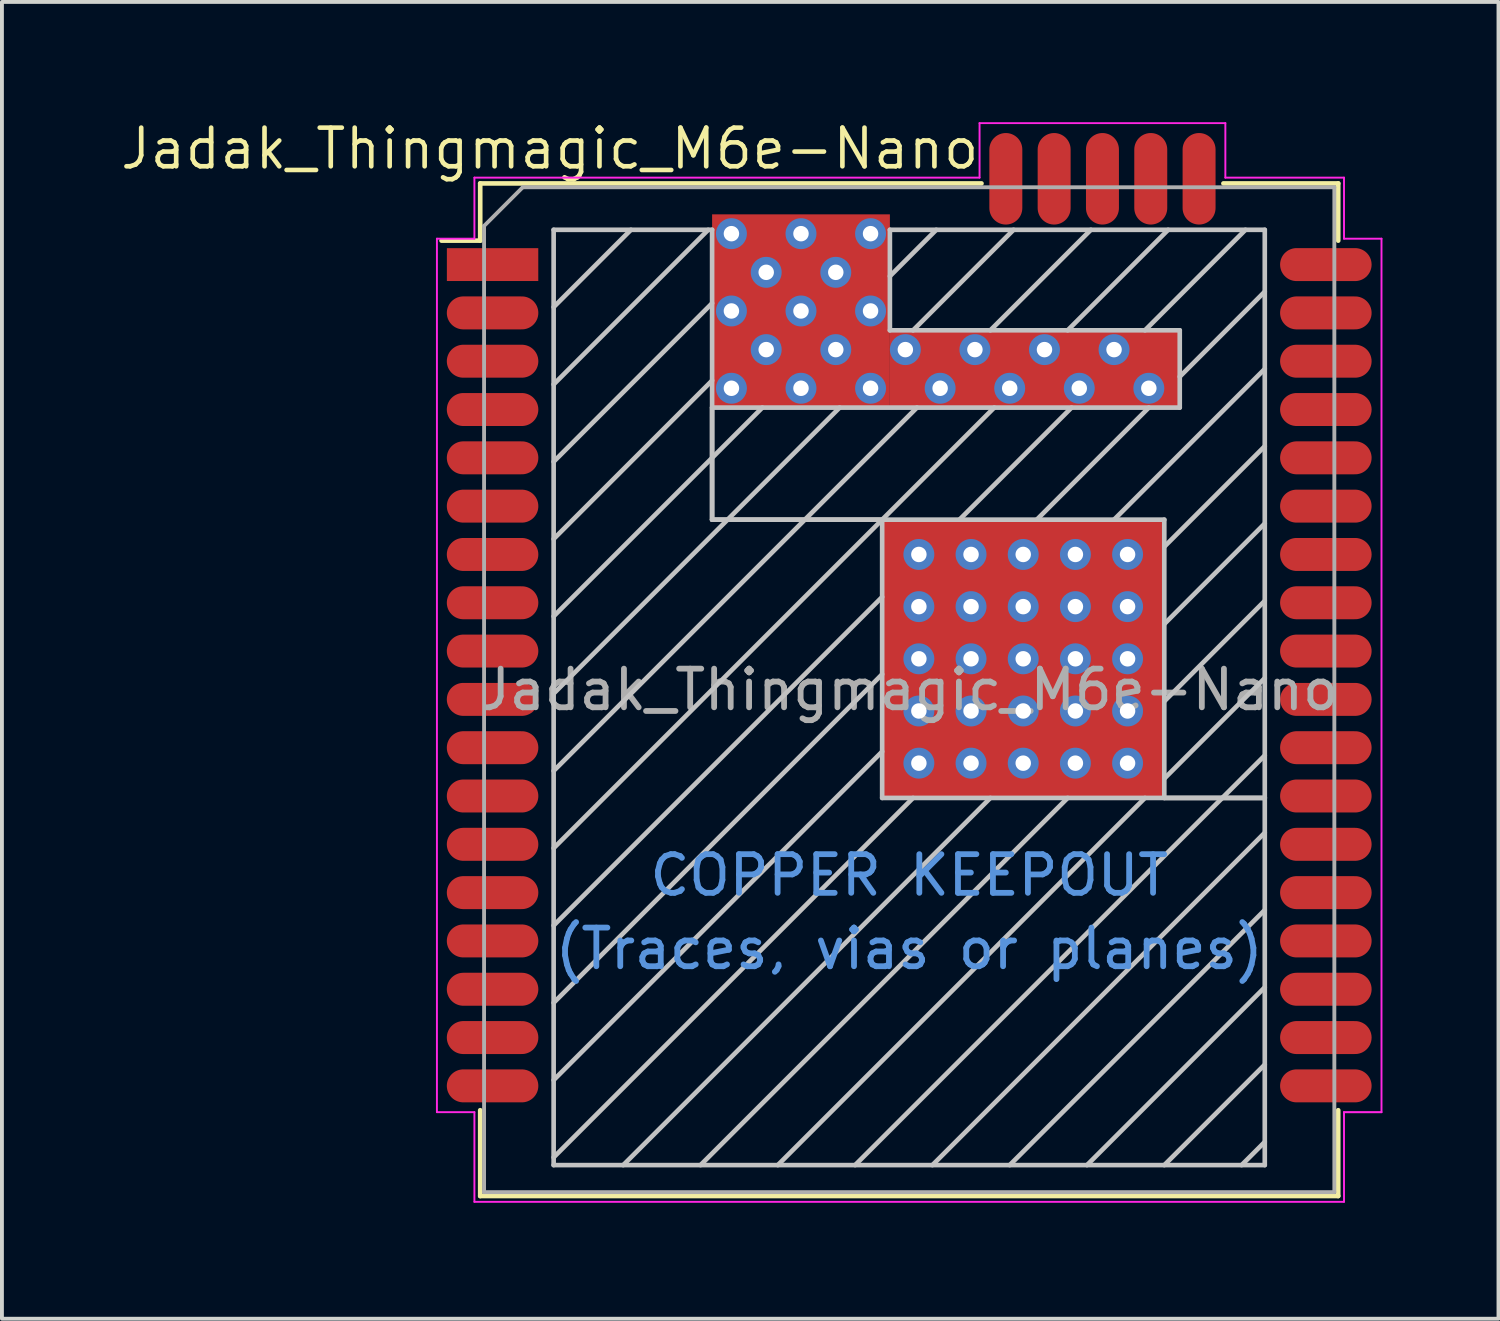
<source format=kicad_pcb>
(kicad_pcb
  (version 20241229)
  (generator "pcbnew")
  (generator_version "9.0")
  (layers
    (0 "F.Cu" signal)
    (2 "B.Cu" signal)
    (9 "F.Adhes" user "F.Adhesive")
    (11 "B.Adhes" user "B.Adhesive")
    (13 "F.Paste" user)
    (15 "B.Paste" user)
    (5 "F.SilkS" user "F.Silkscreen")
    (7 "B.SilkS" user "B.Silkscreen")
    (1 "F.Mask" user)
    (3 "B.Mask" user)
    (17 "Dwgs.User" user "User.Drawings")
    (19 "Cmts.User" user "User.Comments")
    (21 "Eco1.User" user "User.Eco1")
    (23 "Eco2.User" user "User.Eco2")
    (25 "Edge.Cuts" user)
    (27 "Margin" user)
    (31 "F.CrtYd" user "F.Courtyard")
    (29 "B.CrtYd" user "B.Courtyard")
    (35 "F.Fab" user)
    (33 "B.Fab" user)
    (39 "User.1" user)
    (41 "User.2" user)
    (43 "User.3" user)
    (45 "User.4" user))
  (footprint "Jadak_Thingmagic_M6e-Nano"
    (layer "F.Cu")
    (at 20.475 14.796)
    (property "Reference" "Jadak_Thingmagic_M6e-Nano" (at -9.3 -14 0) (layer "F.SilkS") (effects (font (size 1 1) (thickness 0.12))))
    (attr smd)
    (fp_line (start -11.1 -13.1) (end -11.1 -11.62) (stroke (width 0.12) (type solid)) (layer "F.SilkS"))
    (fp_line (start -11.1 -11.62) (end -12.1 -11.62) (stroke (width 0.12) (type solid)) (layer "F.SilkS"))
    (fp_line (start -11.1 10.88) (end -11.1 13.1) (stroke (width 0.12) (type solid)) (layer "F.SilkS"))
    (fp_line (start -11.1 13.1) (end 11.1 13.1) (stroke (width 0.12) (type solid)) (layer "F.SilkS"))
    (fp_line (start 1.87 -13.1) (end -11.1 -13.1) (stroke (width 0.12) (type solid)) (layer "F.SilkS"))
    (fp_line (start 8.13 -13.1) (end 11.1 -13.1) (stroke (width 0.12) (type solid)) (layer "F.SilkS"))
    (fp_line (start 11.1 -13.1) (end 11.1 -11.62) (stroke (width 0.12) (type solid)) (layer "F.SilkS"))
    (fp_line (start 11.1 13.1) (end 11.1 10.88) (stroke (width 0.12) (type solid)) (layer "F.SilkS"))
    (fp_line (start -9.2 -11.9) (end -5.1 -11.9) (stroke (width 0.12) (type solid)) (layer "Dwgs.User"))
    (fp_line (start -9.2 -9.9) (end -7.2 -11.9) (stroke (width 0.12) (type solid)) (layer "Dwgs.User"))
    (fp_line (start -9.2 -7.9) (end -5.2 -11.9) (stroke (width 0.12) (type solid)) (layer "Dwgs.User"))
    (fp_line (start -9.2 -5.9) (end -5.1 -10) (stroke (width 0.12) (type solid)) (layer "Dwgs.User"))
    (fp_line (start -9.2 -3.9) (end -5.1 -8) (stroke (width 0.12) (type solid)) (layer "Dwgs.User"))
    (fp_line (start -9.2 -1.9) (end -3.8 -7.3) (stroke (width 0.12) (type solid)) (layer "Dwgs.User"))
    (fp_line (start -9.2 0.1) (end -1.8 -7.3) (stroke (width 0.12) (type solid)) (layer "Dwgs.User"))
    (fp_line (start -9.2 2.1) (end 0.2 -7.3) (stroke (width 0.12) (type solid)) (layer "Dwgs.User"))
    (fp_line (start -9.2 4.1) (end 2.2 -7.3) (stroke (width 0.12) (type solid)) (layer "Dwgs.User"))
    (fp_line (start -9.2 6.1) (end -0.7 -2.4) (stroke (width 0.12) (type solid)) (layer "Dwgs.User"))
    (fp_line (start -9.2 8.1) (end -0.7 -0.4) (stroke (width 0.12) (type solid)) (layer "Dwgs.User"))
    (fp_line (start -9.2 10.1) (end -0.7 1.6) (stroke (width 0.12) (type solid)) (layer "Dwgs.User"))
    (fp_line (start -9.2 12.1) (end 0.1 2.8) (stroke (width 0.12) (type solid)) (layer "Dwgs.User"))
    (fp_line (start -9.2 12.3) (end -9.2 -11.9) (stroke (width 0.12) (type solid)) (layer "Dwgs.User"))
    (fp_line (start -5.1 -11.9) (end -5.1 -4.4) (stroke (width 0.12) (type solid)) (layer "Dwgs.User"))
    (fp_line (start -5.1 -7.3) (end 7 -7.3) (stroke (width 0.12) (type solid)) (layer "Dwgs.User"))
    (fp_line (start -5.1 -4.4) (end -5.1 -7.3) (stroke (width 0.12) (type solid)) (layer "Dwgs.User"))
    (fp_line (start -5.1 -4.4) (end -0.7 -4.4) (stroke (width 0.12) (type solid)) (layer "Dwgs.User"))
    (fp_line (start -0.7 -4.4) (end -0.7 2.8) (stroke (width 0.12) (type solid)) (layer "Dwgs.User"))
    (fp_line (start -0.7 2.8) (end 9.2 2.8) (stroke (width 0.12) (type solid)) (layer "Dwgs.User"))
    (fp_line (start -0.5 -11.9) (end 9.2 -11.9) (stroke (width 0.12) (type solid)) (layer "Dwgs.User"))
    (fp_line (start -0.5 -9.3) (end -0.5 -11.9) (stroke (width 0.12) (type solid)) (layer "Dwgs.User"))
    (fp_line (start 0.1 -9.3) (end 2.7 -11.9) (stroke (width 0.12) (type solid)) (layer "Dwgs.User"))
    (fp_line (start 0.6 12.3) (end 9.2 3.7) (stroke (width 0.12) (type solid)) (layer "Dwgs.User"))
    (fp_line (start 0.7 -11.9) (end -0.5 -10.7) (stroke (width 0.12) (type solid)) (layer "Dwgs.User"))
    (fp_line (start 1.3 -4.4) (end 4.2 -7.3) (stroke (width 0.12) (type solid)) (layer "Dwgs.User"))
    (fp_line (start 2.1 -9.3) (end 4.7 -11.9) (stroke (width 0.12) (type solid)) (layer "Dwgs.User"))
    (fp_line (start 2.1 2.8) (end -7.4 12.3) (stroke (width 0.12) (type solid)) (layer "Dwgs.User"))
    (fp_line (start 2.6 12.3) (end 9.2 5.7) (stroke (width 0.12) (type solid)) (layer "Dwgs.User"))
    (fp_line (start 3.3 -4.4) (end 6.2 -7.3) (stroke (width 0.12) (type solid)) (layer "Dwgs.User"))
    (fp_line (start 4.1 -9.3) (end 6.7 -11.9) (stroke (width 0.12) (type solid)) (layer "Dwgs.User"))
    (fp_line (start 4.1 2.8) (end -5.4 12.3) (stroke (width 0.12) (type solid)) (layer "Dwgs.User"))
    (fp_line (start 4.6 12.3) (end 9.2 7.7) (stroke (width 0.12) (type solid)) (layer "Dwgs.User"))
    (fp_line (start 6.1 2.8) (end -3.4 12.3) (stroke (width 0.12) (type solid)) (layer "Dwgs.User"))
    (fp_line (start 6.6 -4.4) (end -5.1 -4.4) (stroke (width 0.12) (type solid)) (layer "Dwgs.User"))
    (fp_line (start 6.6 2.8) (end 6.6 -4.4) (stroke (width 0.12) (type solid)) (layer "Dwgs.User"))
    (fp_line (start 6.6 12.3) (end 9.2 9.7) (stroke (width 0.12) (type solid)) (layer "Dwgs.User"))
    (fp_line (start 7 -9.3) (end -0.5 -9.3) (stroke (width 0.12) (type solid)) (layer "Dwgs.User"))
    (fp_line (start 7 -7.3) (end 7 -9.3) (stroke (width 0.12) (type solid)) (layer "Dwgs.User"))
    (fp_line (start 8.1 2.8) (end -1.4 12.3) (stroke (width 0.12) (type solid)) (layer "Dwgs.User"))
    (fp_line (start 8.1 2.8) (end 9.2 1.7) (stroke (width 0.12) (type solid)) (layer "Dwgs.User"))
    (fp_line (start 8.6 12.3) (end 9.2 11.7) (stroke (width 0.12) (type solid)) (layer "Dwgs.User"))
    (fp_line (start 8.7 -11.9) (end 6.1 -9.3) (stroke (width 0.12) (type solid)) (layer "Dwgs.User"))
    (fp_line (start 9.2 -11.9) (end 9.2 2.8) (stroke (width 0.12) (type solid)) (layer "Dwgs.User"))
    (fp_line (start 9.2 -10.3) (end 7 -8.1) (stroke (width 0.12) (type solid)) (layer "Dwgs.User"))
    (fp_line (start 9.2 -8.3) (end 5.3 -4.4) (stroke (width 0.12) (type solid)) (layer "Dwgs.User"))
    (fp_line (start 9.2 -6.3) (end 6.6 -3.7) (stroke (width 0.12) (type solid)) (layer "Dwgs.User"))
    (fp_line (start 9.2 -4.3) (end 6.6 -1.7) (stroke (width 0.12) (type solid)) (layer "Dwgs.User"))
    (fp_line (start 9.2 -2.3) (end 6.6 0.3) (stroke (width 0.12) (type solid)) (layer "Dwgs.User"))
    (fp_line (start 9.2 -0.3) (end 6.6 2.3) (stroke (width 0.12) (type solid)) (layer "Dwgs.User"))
    (fp_line (start 9.2 2.8) (end 6.6 2.8) (stroke (width 0.12) (type solid)) (layer "Dwgs.User"))
    (fp_line (start 9.2 2.8) (end 9.2 12.3) (stroke (width 0.12) (type solid)) (layer "Dwgs.User"))
    (fp_line (start 9.2 12.3) (end -9.2 12.3) (stroke (width 0.12) (type solid)) (layer "Dwgs.User"))
    (fp_line (start -12.22 -11.67) (end -11.25 -11.67) (stroke (width 0.05) (type solid)) (layer "F.CrtYd"))
    (fp_line (start -12.22 10.93) (end -12.22 -11.67) (stroke (width 0.05) (type solid)) (layer "F.CrtYd"))
    (fp_line (start -11.25 -13.25) (end -11.25 -11.67) (stroke (width 0.05) (type solid)) (layer "F.CrtYd"))
    (fp_line (start -11.25 10.93) (end -12.22 10.93) (stroke (width 0.05) (type solid)) (layer "F.CrtYd"))
    (fp_line (start -11.25 10.93) (end -11.25 13.25) (stroke (width 0.05) (type solid)) (layer "F.CrtYd"))
    (fp_line (start -11.25 13.25) (end 11.25 13.25) (stroke (width 0.05) (type solid)) (layer "F.CrtYd"))
    (fp_line (start 1.82 -14.66) (end 8.18 -14.66) (stroke (width 0.05) (type solid)) (layer "F.CrtYd"))
    (fp_line (start 1.82 -13.25) (end -11.25 -13.25) (stroke (width 0.05) (type solid)) (layer "F.CrtYd"))
    (fp_line (start 1.82 -13.25) (end 1.82 -14.66) (stroke (width 0.05) (type solid)) (layer "F.CrtYd"))
    (fp_line (start 8.18 -14.66) (end 8.18 -13.25) (stroke (width 0.05) (type solid)) (layer "F.CrtYd"))
    (fp_line (start 8.18 -13.25) (end 11.25 -13.25) (stroke (width 0.05) (type solid)) (layer "F.CrtYd"))
    (fp_line (start 11.25 -13.25) (end 11.25 -11.67) (stroke (width 0.05) (type solid)) (layer "F.CrtYd"))
    (fp_line (start 11.25 -11.67) (end 12.22 -11.67) (stroke (width 0.05) (type solid)) (layer "F.CrtYd"))
    (fp_line (start 11.25 10.93) (end 12.22 10.93) (stroke (width 0.053) (type solid)) (layer "F.CrtYd"))
    (fp_line (start 11.25 13.25) (end 11.25 10.93) (stroke (width 0.05) (type solid)) (layer "F.CrtYd"))
    (fp_line (start 12.22 10.93) (end 12.22 -11.67) (stroke (width 0.05) (type solid)) (layer "F.CrtYd"))
    (fp_line (start -11 -12) (end -11 13) (stroke (width 0.1) (type solid)) (layer "F.Fab"))
    (fp_line (start -11 -12) (end -10 -13) (stroke (width 0.1) (type solid)) (layer "F.Fab"))
    (fp_line (start -11 13) (end 11 13) (stroke (width 0.1) (type solid)) (layer "F.Fab"))
    (fp_line (start 11 -13) (end -10 -13) (stroke (width 0.1) (type solid)) (layer "F.Fab"))
    (fp_line (start 11 13) (end 11 -13) (stroke (width 0.1) (type solid)) (layer "F.Fab"))
    (fp_text user "COPPER KEEPOUT" (at 0 4.8 0) (layer "Cmts.User") (effects (font (size 1 1) (thickness 0.15))))
    (fp_text user "(Traces, vias or planes)" (at 0 6.7 0) (layer "Cmts.User") (effects (font (size 1 1) (thickness 0.15))))
    (fp_text user "${REFERENCE}" (at 0 0 0) (layer "F.Fab") (effects (font (size 1 1) (thickness 0.15))))
    (pad "" smd rect (at -2.8 -10.95) (size 4.2 2.3) (layers "F.Paste"))
    (pad "" smd rect (at 0.95 -8.3) (size 11.7 1.6) (layers "F.Paste"))
    (pad "" smd rect (at 1 -2.7) (size 3 3) (layers "F.Paste"))
    (pad "" smd rect (at 1 1.1) (size 3 3) (layers "F.Paste"))
    (pad "" smd rect (at 4.9 -2.7) (size 3 3) (layers "F.Paste"))
    (pad "" smd rect (at 4.9 1.1) (size 3 3) (layers "F.Paste"))
    (pad "1" smd rect (at -10.78 -11 180) (size 2.365 0.85) (layers "F.Cu" "F.Mask" "F.Paste"))
    (pad "2" smd oval (at -10.78 -9.75 180) (size 2.368 0.853) (layers "F.Cu" "F.Mask" "F.Paste"))
    (pad "3" smd oval (at -10.78 -8.5 180) (size 2.368 0.853) (layers "F.Cu" "F.Mask" "F.Paste"))
    (pad "4" smd oval (at -10.78 -7.25 180) (size 2.368 0.853) (layers "F.Cu" "F.Mask" "F.Paste"))
    (pad "5" smd oval (at -10.78 -6 180) (size 2.368 0.853) (layers "F.Cu" "F.Mask" "F.Paste"))
    (pad "6" smd oval (at -10.78 -4.75 180) (size 2.368 0.853) (layers "F.Cu" "F.Mask" "F.Paste"))
    (pad "7" smd oval (at -10.78 -3.5 180) (size 2.368 0.853) (layers "F.Cu" "F.Mask" "F.Paste"))
    (pad "8" smd oval (at -10.78 -2.25 180) (size 2.368 0.853) (layers "F.Cu" "F.Mask" "F.Paste"))
    (pad "9" smd oval (at -10.78 -1 180) (size 2.368 0.853) (layers "F.Cu" "F.Mask" "F.Paste"))
    (pad "10" smd oval (at -10.78 0.25 180) (size 2.368 0.853) (layers "F.Cu" "F.Mask" "F.Paste"))
    (pad "11" smd oval (at -10.78 1.5 180) (size 2.368 0.853) (layers "F.Cu" "F.Mask" "F.Paste"))
    (pad "12" smd oval (at -10.78 2.75 180) (size 2.368 0.853) (layers "F.Cu" "F.Mask" "F.Paste"))
    (pad "13" smd oval (at -10.78 4 180) (size 2.368 0.853) (layers "F.Cu" "F.Mask" "F.Paste"))
    (pad "14" smd oval (at -10.78 5.25 180) (size 2.368 0.853) (layers "F.Cu" "F.Mask" "F.Paste"))
    (pad "15" smd oval (at -10.78 6.5 180) (size 2.368 0.853) (layers "F.Cu" "F.Mask" "F.Paste"))
    (pad "16" smd oval (at -10.78 7.75 180) (size 2.368 0.853) (layers "F.Cu" "F.Mask" "F.Paste"))
    (pad "17" smd oval (at -10.78 9 180) (size 2.368 0.853) (layers "F.Cu" "F.Mask" "F.Paste"))
    (pad "18" smd oval (at -10.78 10.25 180) (size 2.368 0.853) (layers "F.Cu" "F.Mask" "F.Paste"))
    (pad "19" smd oval (at 10.78 10.25 180) (size 2.368 0.853) (layers "F.Cu" "F.Mask" "F.Paste"))
    (pad "20" smd oval (at 10.78 9 180) (size 2.368 0.853) (layers "F.Cu" "F.Mask" "F.Paste"))
    (pad "21" smd oval (at 10.78 7.75 180) (size 2.368 0.853) (layers "F.Cu" "F.Mask" "F.Paste"))
    (pad "22" smd oval (at 10.78 6.5 180) (size 2.368 0.853) (layers "F.Cu" "F.Mask" "F.Paste"))
    (pad "23" smd oval (at 10.78 5.25 180) (size 2.368 0.853) (layers "F.Cu" "F.Mask" "F.Paste"))
    (pad "24" smd oval (at 10.78 4 180) (size 2.368 0.853) (layers "F.Cu" "F.Mask" "F.Paste"))
    (pad "25" smd oval (at 10.78 2.75 180) (size 2.368 0.853) (layers "F.Cu" "F.Mask" "F.Paste"))
    (pad "26" smd oval (at 10.78 1.5 180) (size 2.368 0.853) (layers "F.Cu" "F.Mask" "F.Paste"))
    (pad "27" smd oval (at 10.78 0.25 180) (size 2.368 0.853) (layers "F.Cu" "F.Mask" "F.Paste"))
    (pad "28" smd oval (at 10.78 -1 180) (size 2.368 0.853) (layers "F.Cu" "F.Mask" "F.Paste"))
    (pad "29" smd oval (at 10.78 -2.25 180) (size 2.368 0.853) (layers "F.Cu" "F.Mask" "F.Paste"))
    (pad "30" smd oval (at 10.78 -3.5 180) (size 2.368 0.853) (layers "F.Cu" "F.Mask" "F.Paste"))
    (pad "31" smd oval (at 10.78 -4.75 180) (size 2.368 0.853) (layers "F.Cu" "F.Mask" "F.Paste"))
    (pad "32" smd oval (at 10.78 -6 180) (size 2.368 0.853) (layers "F.Cu" "F.Mask" "F.Paste"))
    (pad "33" smd oval (at 10.78 -7.25 180) (size 2.368 0.853) (layers "F.Cu" "F.Mask" "F.Paste"))
    (pad "34" smd oval (at 10.78 -8.5 180) (size 2.368 0.853) (layers "F.Cu" "F.Mask" "F.Paste"))
    (pad "35" smd oval (at 10.78 -9.75 180) (size 2.368 0.853) (layers "F.Cu" "F.Mask" "F.Paste"))
    (pad "36" smd oval (at 10.78 -11 180) (size 2.368 0.853) (layers "F.Cu" "F.Mask" "F.Paste"))
    (pad "37" smd oval (at 7.5 -13.22 90) (size 2.368 0.853) (layers "F.Cu" "F.Mask" "F.Paste"))
    (pad "38" smd oval (at 6.25 -13.22 90) (size 2.368 0.853) (layers "F.Cu" "F.Mask" "F.Paste"))
    (pad "39" smd oval (at 5 -13.22 90) (size 2.368 0.853) (layers "F.Cu" "F.Mask" "F.Paste"))
    (pad "40" smd oval (at 3.75 -13.22 90) (size 2.368 0.853) (layers "F.Cu" "F.Mask" "F.Paste"))
    (pad "41" thru_hole circle (at -4.6 -11.8) (size 0.8 0.8) (drill 0.4) (layers "*.Cu" "F.Mask"))
    (pad "41" thru_hole circle (at -4.6 -9.8) (size 0.8 0.8) (drill 0.4) (layers "*.Cu" "F.Mask"))
    (pad "41" thru_hole circle (at -4.6 -7.8) (size 0.8 0.8) (drill 0.4) (layers "*.Cu" "F.Mask"))
    (pad "41" thru_hole circle (at -3.7 -10.8) (size 0.8 0.8) (drill 0.4) (layers "*.Cu" "F.Mask"))
    (pad "41" thru_hole circle (at -3.7 -8.8) (size 0.8 0.8) (drill 0.4) (layers "*.Cu" "F.Mask"))
    (pad "41" thru_hole circle (at -2.8 -11.8) (size 0.8 0.8) (drill 0.4) (layers "*.Cu" "F.Mask"))
    (pad "41" thru_hole circle (at -2.8 -9.8) (size 0.8 0.8) (drill 0.4) (layers "*.Cu" "F.Mask"))
    (pad "41" smd rect (at -2.8 -9.8) (size 4.6 5) (layers "F.Cu" "F.Mask"))
    (pad "41" thru_hole circle (at -2.8 -7.8) (size 0.8 0.8) (drill 0.4) (layers "*.Cu" "F.Mask"))
    (pad "41" thru_hole circle (at -1.9 -10.8) (size 0.8 0.8) (drill 0.4) (layers "*.Cu" "F.Mask"))
    (pad "41" thru_hole circle (at -1.9 -8.8) (size 0.8 0.8) (drill 0.4) (layers "*.Cu" "F.Mask"))
    (pad "41" thru_hole circle (at -1 -11.8) (size 0.8 0.8) (drill 0.4) (layers "*.Cu" "F.Mask"))
    (pad "41" thru_hole circle (at -1 -9.8) (size 0.8 0.8) (drill 0.4) (layers "*.Cu" "F.Mask"))
    (pad "41" thru_hole circle (at -1 -7.8) (size 0.8 0.8) (drill 0.4) (layers "*.Cu" "F.Mask"))
    (pad "41" thru_hole circle (at -0.1 -8.8) (size 0.8 0.8) (drill 0.4) (layers "*.Cu" "F.Mask"))
    (pad "41" thru_hole circle (at 0.25 -3.5) (size 0.8 0.8) (drill 0.4) (layers "*.Cu" "F.Mask"))
    (pad "41" thru_hole circle (at 0.25 -2.15) (size 0.8 0.8) (drill 0.4) (layers "*.Cu" "F.Mask"))
    (pad "41" thru_hole circle (at 0.25 -0.8) (size 0.8 0.8) (drill 0.4) (layers "*.Cu" "F.Mask"))
    (pad "41" thru_hole circle (at 0.25 0.55) (size 0.8 0.8) (drill 0.4) (layers "*.Cu" "F.Mask"))
    (pad "41" thru_hole circle (at 0.25 1.9) (size 0.8 0.8) (drill 0.4) (layers "*.Cu" "F.Mask"))
    (pad "41" thru_hole circle (at 0.8 -7.8) (size 0.8 0.8) (drill 0.4) (layers "*.Cu" "F.Mask"))
    (pad "41" thru_hole circle (at 1.6 -3.5) (size 0.8 0.8) (drill 0.4) (layers "*.Cu" "F.Mask"))
    (pad "41" thru_hole circle (at 1.6 -2.15) (size 0.8 0.8) (drill 0.4) (layers "*.Cu" "F.Mask"))
    (pad "41" thru_hole circle (at 1.6 -0.8) (size 0.8 0.8) (drill 0.4) (layers "*.Cu" "F.Mask"))
    (pad "41" thru_hole circle (at 1.6 0.55) (size 0.8 0.8) (drill 0.4) (layers "*.Cu" "F.Mask"))
    (pad "41" thru_hole circle (at 1.6 1.9) (size 0.8 0.8) (drill 0.4) (layers "*.Cu" "F.Mask"))
    (pad "41" thru_hole circle (at 1.7 -8.8) (size 0.8 0.8) (drill 0.4) (layers "*.Cu" "F.Mask"))
    (pad "41" smd oval (at 2.5 -13.22 90) (size 2.368 0.853) (layers "F.Cu" "F.Mask" "F.Paste"))
    (pad "41" thru_hole circle (at 2.6 -7.8) (size 0.8 0.8) (drill 0.4) (layers "*.Cu" "F.Mask"))
    (pad "41" thru_hole circle (at 2.95 -3.5) (size 0.8 0.8) (drill 0.4) (layers "*.Cu" "F.Mask"))
    (pad "41" thru_hole circle (at 2.95 -2.15) (size 0.8 0.8) (drill 0.4) (layers "*.Cu" "F.Mask"))
    (pad "41" thru_hole circle (at 2.95 -0.8) (size 0.8 0.8) (drill 0.4) (layers "*.Cu" "F.Mask"))
    (pad "41" smd rect (at 2.95 -0.8) (size 7.3 7.2) (layers "F.Cu" "F.Mask"))
    (pad "41" thru_hole circle (at 2.95 0.55) (size 0.8 0.8) (drill 0.4) (layers "*.Cu" "F.Mask"))
    (pad "41" thru_hole circle (at 2.95 1.9) (size 0.8 0.8) (drill 0.4) (layers "*.Cu" "F.Mask"))
    (pad "41" smd rect (at 3.25 -8.3) (size 7.5 2) (layers "F.Cu" "F.Mask"))
    (pad "41" thru_hole circle (at 3.5 -8.8) (size 0.8 0.8) (drill 0.4) (layers "*.Cu" "F.Mask"))
    (pad "41" thru_hole circle (at 4.3 -3.5) (size 0.8 0.8) (drill 0.4) (layers "*.Cu" "F.Mask"))
    (pad "41" thru_hole circle (at 4.3 -2.15) (size 0.8 0.8) (drill 0.4) (layers "*.Cu" "F.Mask"))
    (pad "41" thru_hole circle (at 4.3 -0.8) (size 0.8 0.8) (drill 0.4) (layers "*.Cu" "F.Mask"))
    (pad "41" thru_hole circle (at 4.3 0.55) (size 0.8 0.8) (drill 0.4) (layers "*.Cu" "F.Mask"))
    (pad "41" thru_hole circle (at 4.3 1.9) (size 0.8 0.8) (drill 0.4) (layers "*.Cu" "F.Mask"))
    (pad "41" thru_hole circle (at 4.4 -7.8) (size 0.8 0.8) (drill 0.4) (layers "*.Cu" "F.Mask"))
    (pad "41" thru_hole circle (at 5.3 -8.8) (size 0.8 0.8) (drill 0.4) (layers "*.Cu" "F.Mask"))
    (pad "41" thru_hole circle (at 5.65 -3.5) (size 0.8 0.8) (drill 0.4) (layers "*.Cu" "F.Mask"))
    (pad "41" thru_hole circle (at 5.65 -2.15) (size 0.8 0.8) (drill 0.4) (layers "*.Cu" "F.Mask"))
    (pad "41" thru_hole circle (at 5.65 -0.8) (size 0.8 0.8) (drill 0.4) (layers "*.Cu" "F.Mask"))
    (pad "41" thru_hole circle (at 5.65 0.55) (size 0.8 0.8) (drill 0.4) (layers "*.Cu" "F.Mask"))
    (pad "41" thru_hole circle (at 5.65 1.9) (size 0.8 0.8) (drill 0.4) (layers "*.Cu" "F.Mask"))
    (pad "41" thru_hole circle (at 6.2 -7.8) (size 0.8 0.8) (drill 0.4) (layers "*.Cu" "F.Mask")))
  (gr_rect
    (start -3 -3)
    (end 35.722 31.071)
    (stroke (width 0.1) (type default))
    (fill no)
    (layer "Edge.Cuts")))
</source>
